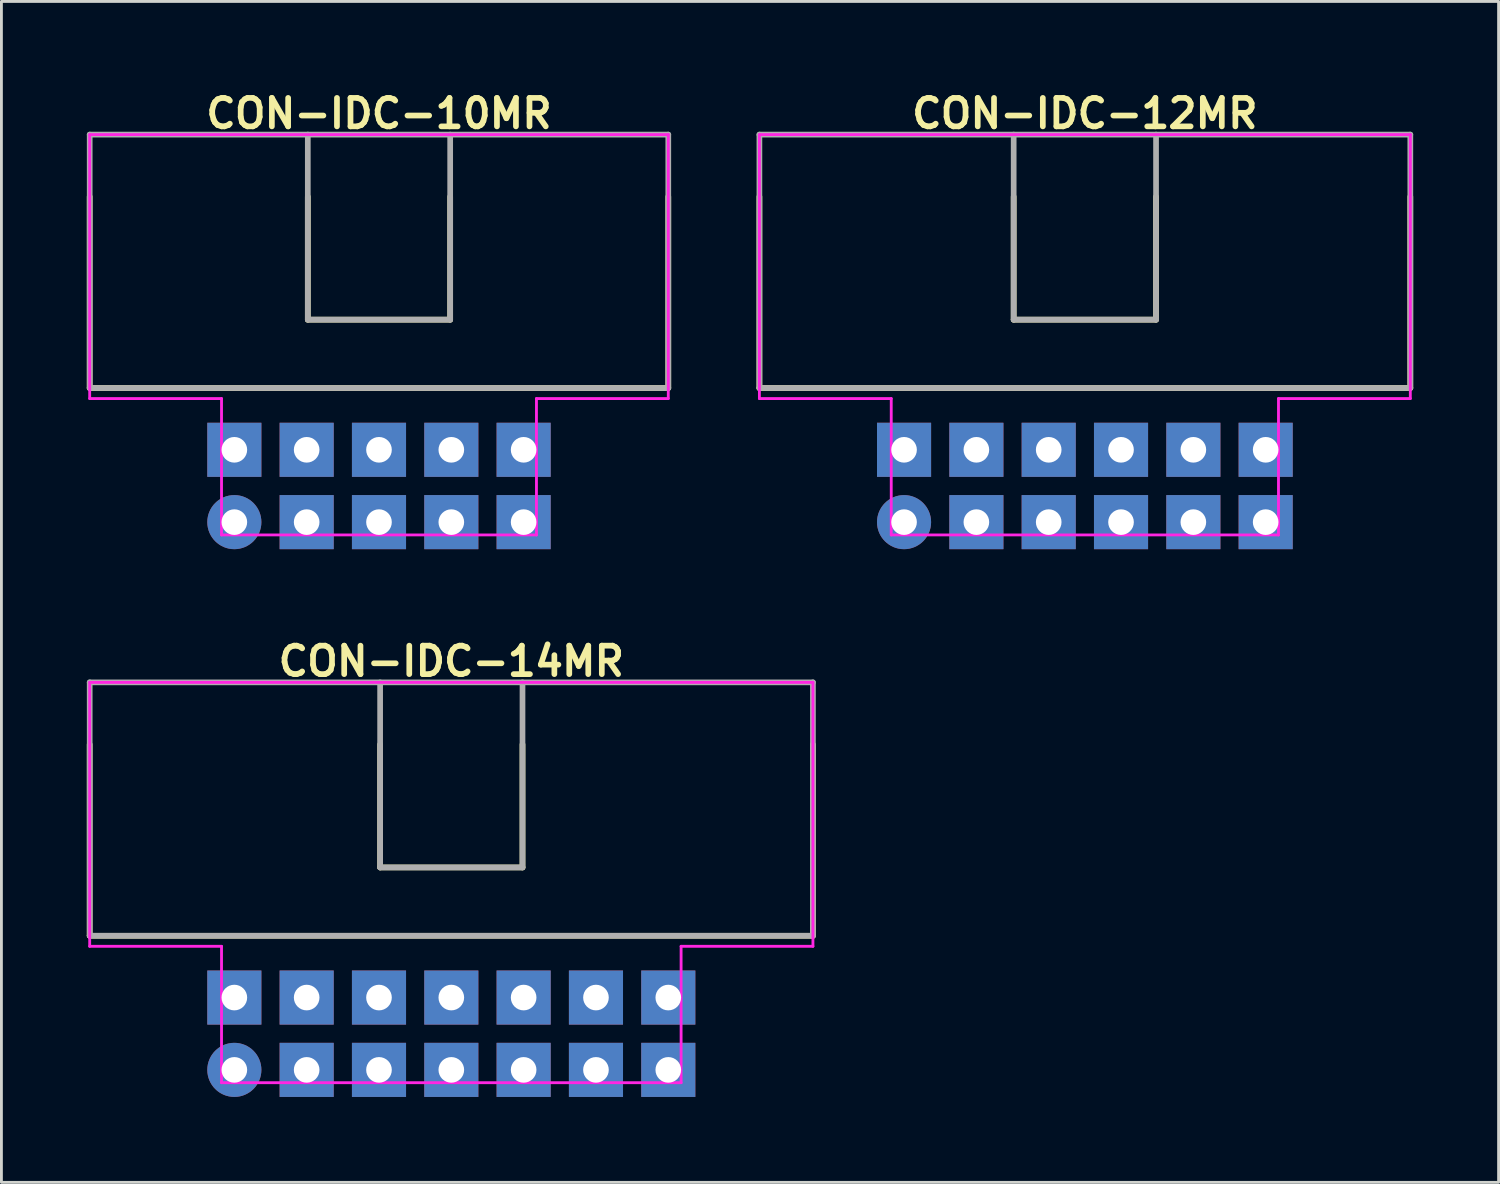
<source format=kicad_pcb>
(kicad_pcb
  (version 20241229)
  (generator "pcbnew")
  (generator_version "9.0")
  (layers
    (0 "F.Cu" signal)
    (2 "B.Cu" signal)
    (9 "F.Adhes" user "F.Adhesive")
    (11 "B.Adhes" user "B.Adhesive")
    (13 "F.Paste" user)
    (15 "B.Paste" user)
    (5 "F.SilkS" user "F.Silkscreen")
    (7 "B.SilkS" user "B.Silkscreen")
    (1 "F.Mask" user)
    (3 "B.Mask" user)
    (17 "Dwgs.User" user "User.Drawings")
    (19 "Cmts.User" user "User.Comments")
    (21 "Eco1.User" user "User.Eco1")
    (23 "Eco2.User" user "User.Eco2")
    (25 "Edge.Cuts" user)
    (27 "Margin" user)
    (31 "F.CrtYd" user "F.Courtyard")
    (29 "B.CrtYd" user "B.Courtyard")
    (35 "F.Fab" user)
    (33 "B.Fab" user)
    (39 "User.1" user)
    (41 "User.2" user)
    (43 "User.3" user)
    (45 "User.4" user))
  (footprint "CON-IDC-14MR"
    (layer "F.Cu")
    (at 12.8 33.254)
    (property "Reference" "CON-IDC-14MR" (at 0 -13.081 0) (layer "F.SilkS") (effects (font (size 1 1) (thickness 0.2))))
    (attr through_hole)
    (fp_line (start -12.7 -10.16) (end -12.7 -3.44) (stroke (width 0.2) (type solid)) (layer "F.SilkS"))
    (fp_line (start -12.7 -3.44) (end 12.7 -3.44) (stroke (width 0.2) (type solid)) (layer "F.SilkS"))
    (fp_line (start -2.5 -10.16) (end -2.5 -5.84) (stroke (width 0.2) (type solid)) (layer "F.SilkS"))
    (fp_line (start -2.5 -5.84) (end 2.5 -5.84) (stroke (width 0.2) (type solid)) (layer "F.SilkS"))
    (fp_line (start 2.5 -10.16) (end 2.5 -5.84) (stroke (width 0.2) (type solid)) (layer "F.SilkS"))
    (fp_line (start 12.7 -10.16) (end 12.7 -3.44) (stroke (width 0.2) (type solid)) (layer "F.SilkS"))
    (fp_line (start -12.7 -12.34) (end -12.7 -3.07) (stroke (width 0.1) (type solid)) (layer "F.CrtYd"))
    (fp_line (start -12.7 -12.34) (end 12.7 -12.34) (stroke (width 0.1) (type solid)) (layer "F.CrtYd"))
    (fp_line (start -12.7 -3.07) (end -8.07 -3.07) (stroke (width 0.1) (type solid)) (layer "F.CrtYd"))
    (fp_line (start -8.07 -3.07) (end -8.07 1.72) (stroke (width 0.1) (type solid)) (layer "F.CrtYd"))
    (fp_line (start -8.07 1.72) (end 8.07 1.72) (stroke (width 0.1) (type solid)) (layer "F.CrtYd"))
    (fp_line (start 8.07 -3.07) (end 8.07 1.72) (stroke (width 0.1) (type solid)) (layer "F.CrtYd"))
    (fp_line (start 8.07 -3.07) (end 12.7 -3.07) (stroke (width 0.1) (type solid)) (layer "F.CrtYd"))
    (fp_line (start 12.7 -12.34) (end 12.7 -3.07) (stroke (width 0.1) (type solid)) (layer "F.CrtYd"))
    (fp_line (start -12.7 -12.34) (end -12.7 -3.44) (stroke (width 0.2) (type solid)) (layer "F.Fab"))
    (fp_line (start -12.7 -12.34) (end 12.7 -12.34) (stroke (width 0.2) (type solid)) (layer "F.Fab"))
    (fp_line (start -12.7 -3.44) (end 12.7 -3.44) (stroke (width 0.2) (type solid)) (layer "F.Fab"))
    (fp_line (start -2.5 -12.34) (end -2.5 -5.84) (stroke (width 0.2) (type solid)) (layer "F.Fab"))
    (fp_line (start -2.5 -5.84) (end 2.5 -5.84) (stroke (width 0.2) (type solid)) (layer "F.Fab"))
    (fp_line (start 2.5 -12.34) (end 2.5 -5.84) (stroke (width 0.2) (type solid)) (layer "F.Fab"))
    (fp_line (start 12.7 -12.34) (end 12.7 -3.44) (stroke (width 0.2) (type solid)) (layer "F.Fab"))
    (pad "1" thru_hole circle (at -7.62 1.27) (size 1.9 1.9) (drill 0.9) (layers "*.Cu" "*.Mask"))
    (pad "2" thru_hole rect (at -7.62 -1.27) (size 1.9 1.9) (drill 0.9) (layers "*.Cu" "*.Mask"))
    (pad "3" thru_hole rect (at -5.08 1.27) (size 1.9 1.9) (drill 0.9) (layers "*.Cu" "*.Mask"))
    (pad "4" thru_hole rect (at -5.08 -1.27) (size 1.9 1.9) (drill 0.9) (layers "*.Cu" "*.Mask"))
    (pad "5" thru_hole rect (at -2.54 1.27) (size 1.9 1.9) (drill 0.9) (layers "*.Cu" "*.Mask"))
    (pad "6" thru_hole rect (at -2.54 -1.27) (size 1.9 1.9) (drill 0.9) (layers "*.Cu" "*.Mask"))
    (pad "7" thru_hole rect (at 0 1.27) (size 1.9 1.9) (drill 0.9) (layers "*.Cu" "*.Mask"))
    (pad "8" thru_hole rect (at 0 -1.27) (size 1.9 1.9) (drill 0.9) (layers "*.Cu" "*.Mask"))
    (pad "9" thru_hole rect (at 2.54 1.27) (size 1.9 1.9) (drill 0.9) (layers "*.Cu" "*.Mask"))
    (pad "10" thru_hole rect (at 2.54 -1.27) (size 1.9 1.9) (drill 0.9) (layers "*.Cu" "*.Mask"))
    (pad "11" thru_hole rect (at 5.08 1.27) (size 1.9 1.9) (drill 0.9) (layers "*.Cu" "*.Mask"))
    (pad "12" thru_hole rect (at 5.08 -1.27) (size 1.9 1.9) (drill 0.9) (layers "*.Cu" "*.Mask"))
    (pad "13" thru_hole rect (at 7.62 1.27) (size 1.9 1.9) (drill 0.9) (layers "*.Cu" "*.Mask"))
    (pad "14" thru_hole rect (at 7.62 -1.27) (size 1.9 1.9) (drill 0.9) (layers "*.Cu" "*.Mask")))
  (footprint "CON-IDC-12MR"
    (layer "F.Cu")
    (at 35.05 14.017)
    (property "Reference" "CON-IDC-12MR" (at 0 -13.081 0) (layer "F.SilkS") (effects (font (size 1 1) (thickness 0.2))))
    (attr through_hole)
    (fp_line (start -11.43 -10.16) (end -11.43 -3.44) (stroke (width 0.2) (type solid)) (layer "F.SilkS"))
    (fp_line (start -11.43 -3.44) (end 11.43 -3.44) (stroke (width 0.2) (type solid)) (layer "F.SilkS"))
    (fp_line (start -2.5 -10.16) (end -2.5 -5.84) (stroke (width 0.2) (type solid)) (layer "F.SilkS"))
    (fp_line (start -2.5 -5.84) (end 2.5 -5.84) (stroke (width 0.2) (type solid)) (layer "F.SilkS"))
    (fp_line (start 2.5 -10.16) (end 2.5 -5.84) (stroke (width 0.2) (type solid)) (layer "F.SilkS"))
    (fp_line (start 11.43 -10.16) (end 11.43 -3.44) (stroke (width 0.2) (type solid)) (layer "F.SilkS"))
    (fp_line (start -11.43 -12.34) (end -11.43 -3.07) (stroke (width 0.1) (type solid)) (layer "F.CrtYd"))
    (fp_line (start -11.43 -12.34) (end 11.43 -12.34) (stroke (width 0.1) (type solid)) (layer "F.CrtYd"))
    (fp_line (start -11.43 -3.07) (end -6.8 -3.07) (stroke (width 0.1) (type solid)) (layer "F.CrtYd"))
    (fp_line (start -6.8 -3.07) (end -6.8 1.72) (stroke (width 0.1) (type solid)) (layer "F.CrtYd"))
    (fp_line (start -6.8 1.72) (end 6.8 1.72) (stroke (width 0.1) (type solid)) (layer "F.CrtYd"))
    (fp_line (start 6.8 -3.07) (end 6.8 1.72) (stroke (width 0.1) (type solid)) (layer "F.CrtYd"))
    (fp_line (start 6.8 -3.07) (end 11.43 -3.07) (stroke (width 0.1) (type solid)) (layer "F.CrtYd"))
    (fp_line (start 11.43 -12.34) (end 11.43 -3.07) (stroke (width 0.1) (type solid)) (layer "F.CrtYd"))
    (fp_line (start -11.43 -12.34) (end -11.43 -3.44) (stroke (width 0.2) (type solid)) (layer "F.Fab"))
    (fp_line (start -11.43 -12.34) (end 11.43 -12.34) (stroke (width 0.2) (type solid)) (layer "F.Fab"))
    (fp_line (start -11.43 -3.44) (end 11.43 -3.44) (stroke (width 0.2) (type solid)) (layer "F.Fab"))
    (fp_line (start -2.5 -12.34) (end -2.5 -5.84) (stroke (width 0.2) (type solid)) (layer "F.Fab"))
    (fp_line (start -2.5 -5.84) (end 2.5 -5.84) (stroke (width 0.2) (type solid)) (layer "F.Fab"))
    (fp_line (start 2.5 -12.34) (end 2.5 -5.84) (stroke (width 0.2) (type solid)) (layer "F.Fab"))
    (fp_line (start 11.43 -12.34) (end 11.43 -3.44) (stroke (width 0.2) (type solid)) (layer "F.Fab"))
    (pad "1" thru_hole circle (at -6.35 1.27) (size 1.9 1.9) (drill 0.9) (layers "*.Cu" "*.Mask"))
    (pad "2" thru_hole rect (at -6.35 -1.27) (size 1.9 1.9) (drill 0.9) (layers "*.Cu" "*.Mask"))
    (pad "3" thru_hole rect (at -3.81 1.27) (size 1.9 1.9) (drill 0.9) (layers "*.Cu" "*.Mask"))
    (pad "4" thru_hole rect (at -3.81 -1.27) (size 1.9 1.9) (drill 0.9) (layers "*.Cu" "*.Mask"))
    (pad "5" thru_hole rect (at -1.27 1.27) (size 1.9 1.9) (drill 0.9) (layers "*.Cu" "*.Mask"))
    (pad "6" thru_hole rect (at -1.27 -1.27) (size 1.9 1.9) (drill 0.9) (layers "*.Cu" "*.Mask"))
    (pad "7" thru_hole rect (at 1.27 1.27) (size 1.9 1.9) (drill 0.9) (layers "*.Cu" "*.Mask"))
    (pad "8" thru_hole rect (at 1.27 -1.27) (size 1.9 1.9) (drill 0.9) (layers "*.Cu" "*.Mask"))
    (pad "9" thru_hole rect (at 3.81 1.27) (size 1.9 1.9) (drill 0.9) (layers "*.Cu" "*.Mask"))
    (pad "10" thru_hole rect (at 3.81 -1.27) (size 1.9 1.9) (drill 0.9) (layers "*.Cu" "*.Mask"))
    (pad "11" thru_hole rect (at 6.35 1.27) (size 1.9 1.9) (drill 0.9) (layers "*.Cu" "*.Mask"))
    (pad "12" thru_hole rect (at 6.35 -1.27) (size 1.9 1.9) (drill 0.9) (layers "*.Cu" "*.Mask")))
  (footprint "CON-IDC-10MR"
    (layer "F.Cu")
    (at 10.26 14.017)
    (property "Reference" "CON-IDC-10MR" (at 0 -13.081 0) (layer "F.SilkS") (effects (font (size 1 1) (thickness 0.2))))
    (attr through_hole)
    (fp_line (start -10.16 -10.16) (end -10.16 -3.44) (stroke (width 0.2) (type solid)) (layer "F.SilkS"))
    (fp_line (start -10.16 -3.44) (end 10.16 -3.44) (stroke (width 0.2) (type solid)) (layer "F.SilkS"))
    (fp_line (start -2.5 -10.16) (end -2.5 -5.84) (stroke (width 0.2) (type solid)) (layer "F.SilkS"))
    (fp_line (start -2.5 -5.84) (end 2.5 -5.84) (stroke (width 0.2) (type solid)) (layer "F.SilkS"))
    (fp_line (start 2.5 -10.16) (end 2.5 -5.84) (stroke (width 0.2) (type solid)) (layer "F.SilkS"))
    (fp_line (start 10.16 -10.16) (end 10.16 -3.44) (stroke (width 0.2) (type solid)) (layer "F.SilkS"))
    (fp_line (start -10.16 -12.34) (end -10.16 -3.07) (stroke (width 0.1) (type solid)) (layer "F.CrtYd"))
    (fp_line (start -10.16 -12.34) (end 10.16 -12.34) (stroke (width 0.1) (type solid)) (layer "F.CrtYd"))
    (fp_line (start -10.16 -3.07) (end -5.53 -3.07) (stroke (width 0.1) (type solid)) (layer "F.CrtYd"))
    (fp_line (start -5.53 -3.07) (end -5.53 1.72) (stroke (width 0.1) (type solid)) (layer "F.CrtYd"))
    (fp_line (start -5.53 1.72) (end 5.53 1.72) (stroke (width 0.1) (type solid)) (layer "F.CrtYd"))
    (fp_line (start 5.53 -3.07) (end 5.53 1.72) (stroke (width 0.1) (type solid)) (layer "F.CrtYd"))
    (fp_line (start 5.53 -3.07) (end 10.16 -3.07) (stroke (width 0.1) (type solid)) (layer "F.CrtYd"))
    (fp_line (start 10.16 -12.34) (end 10.16 -3.07) (stroke (width 0.1) (type solid)) (layer "F.CrtYd"))
    (fp_line (start -10.16 -12.34) (end -10.16 -3.44) (stroke (width 0.2) (type solid)) (layer "F.Fab"))
    (fp_line (start -10.16 -12.34) (end 10.16 -12.34) (stroke (width 0.2) (type solid)) (layer "F.Fab"))
    (fp_line (start -10.16 -3.44) (end 10.16 -3.44) (stroke (width 0.2) (type solid)) (layer "F.Fab"))
    (fp_line (start -2.5 -12.34) (end -2.5 -5.84) (stroke (width 0.2) (type solid)) (layer "F.Fab"))
    (fp_line (start -2.5 -5.84) (end 2.5 -5.84) (stroke (width 0.2) (type solid)) (layer "F.Fab"))
    (fp_line (start 2.5 -12.34) (end 2.5 -5.84) (stroke (width 0.2) (type solid)) (layer "F.Fab"))
    (fp_line (start 10.16 -12.34) (end 10.16 -3.44) (stroke (width 0.2) (type solid)) (layer "F.Fab"))
    (pad "1" thru_hole circle (at -5.08 1.27) (size 1.9 1.9) (drill 0.9) (layers "*.Cu" "*.Mask"))
    (pad "2" thru_hole rect (at -5.08 -1.27) (size 1.9 1.9) (drill 0.9) (layers "*.Cu" "*.Mask"))
    (pad "3" thru_hole rect (at -2.54 1.27) (size 1.9 1.9) (drill 0.9) (layers "*.Cu" "*.Mask"))
    (pad "4" thru_hole rect (at -2.54 -1.27) (size 1.9 1.9) (drill 0.9) (layers "*.Cu" "*.Mask"))
    (pad "5" thru_hole rect (at 0 1.27) (size 1.9 1.9) (drill 0.9) (layers "*.Cu" "*.Mask"))
    (pad "6" thru_hole rect (at 0 -1.27) (size 1.9 1.9) (drill 0.9) (layers "*.Cu" "*.Mask"))
    (pad "7" thru_hole rect (at 2.54 1.27) (size 1.9 1.9) (drill 0.9) (layers "*.Cu" "*.Mask"))
    (pad "8" thru_hole rect (at 2.54 -1.27) (size 1.9 1.9) (drill 0.9) (layers "*.Cu" "*.Mask"))
    (pad "9" thru_hole rect (at 5.08 1.27) (size 1.9 1.9) (drill 0.9) (layers "*.Cu" "*.Mask"))
    (pad "10" thru_hole rect (at 5.08 -1.27) (size 1.9 1.9) (drill 0.9) (layers "*.Cu" "*.Mask")))
  (gr_rect
    (start -3 -3)
    (end 49.58 38.474)
    (stroke (width 0.1) (type default))
    (fill no)
    (layer "Edge.Cuts")))
</source>
